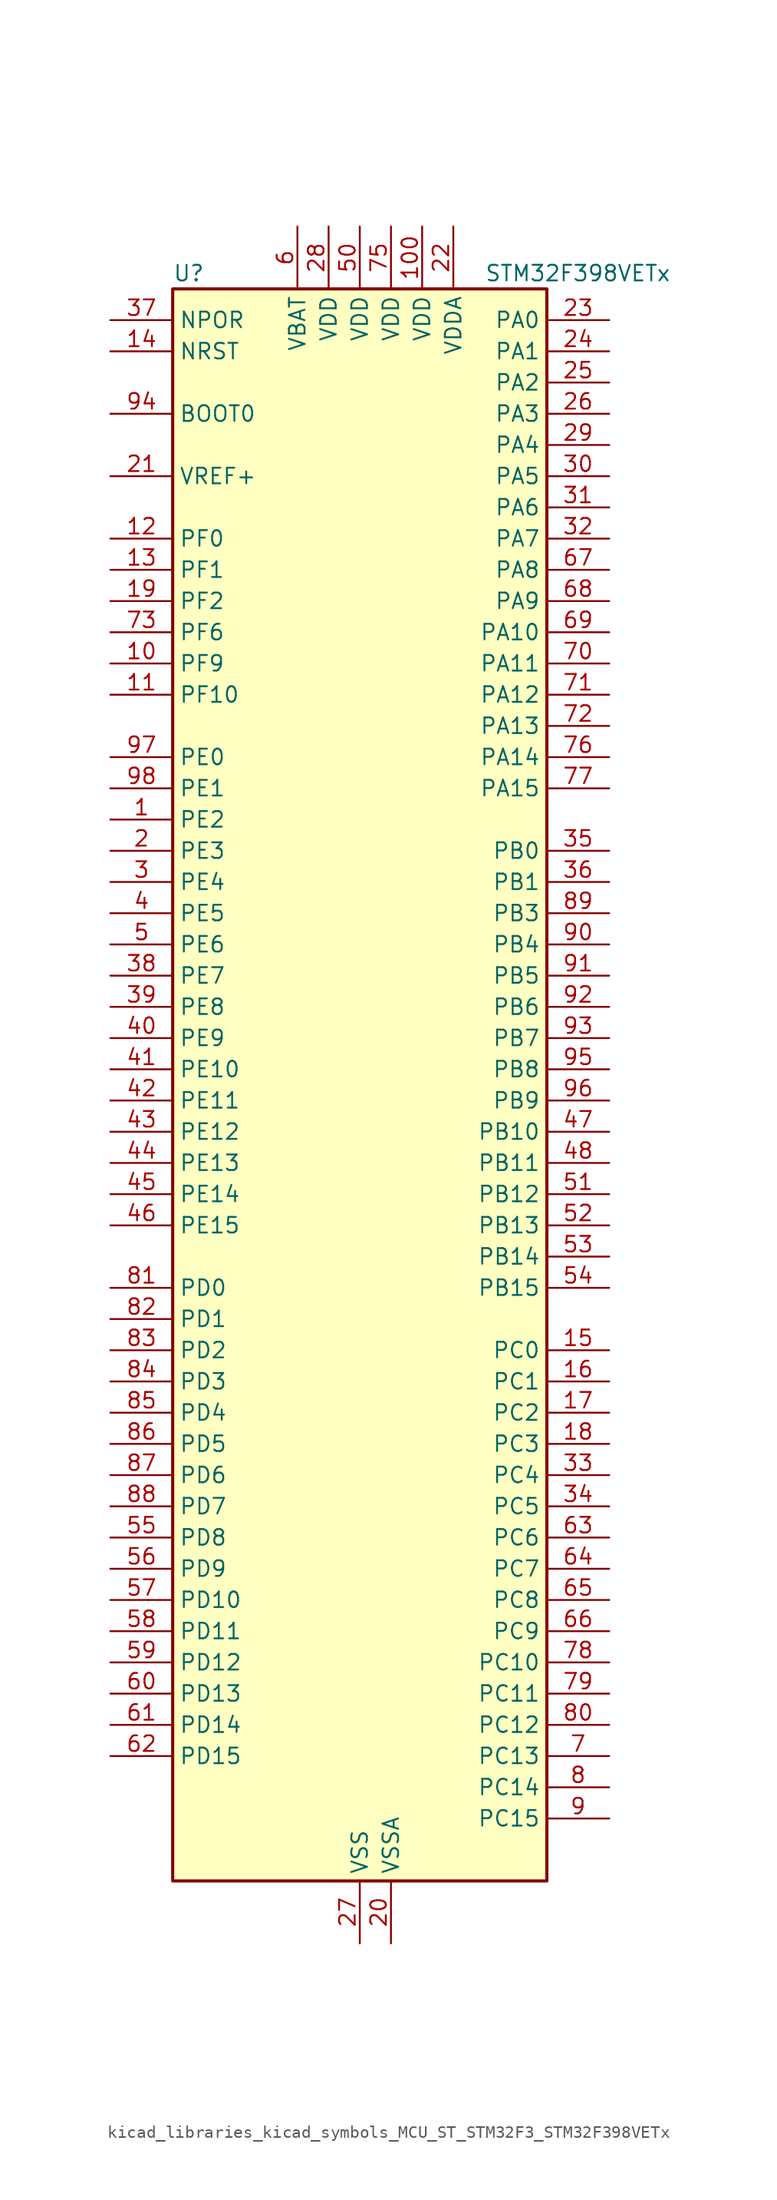
<source format=kicad_sym>
(kicad_symbol_lib
  (version 20220914)
  (generator kicad_symbol_editor)
  (symbol "kicad_libraries_kicad_symbols_MCU_ST_STM32F3_STM32F398VETx"
    (property "Reference" "U"
      (at -15.24 67.31 0)
      (effects (font (size 1.27 1.27)) (justify left)))
    (property "Value" "STM32F398VETx"
      (at 10.16 67.31 0)
      (effects (font (size 1.27 1.27)) (justify left)))
    (property "ki_locked" ""
      (at 0 0 0)
      (effects (font (size 1.27 1.27))))
    (symbol "kicad_libraries_kicad_symbols_MCU_ST_STM32F3_STM32F398VETx_0_1"
      (rectangle (start -15.24 -63.5) (end 15.24 66.04) (stroke (width 0.254) (type default)) (fill (type background))))
    (symbol "kicad_libraries_kicad_symbols_MCU_ST_STM32F3_STM32F398VETx_1_1"
      (pin bidirectional line (at -20.32 22.86 0) (length 5.08) (name "PE2" (effects (font (size 1.27 1.27)))) (number "1" (effects (font (size 1.27 1.27)))) (alternate "ADC3_EXTI2" bidirectional line) (alternate "ADC4_EXTI2" bidirectional line) (alternate "FMC_A23" bidirectional line) (alternate "SPI4_SCK" bidirectional line) (alternate "SYS_TRACECK" bidirectional line) (alternate "TIM20_CH1" bidirectional line) (alternate "TIM3_CH1" bidirectional line) (alternate "TSC_G7_IO1" bidirectional line))
      (pin bidirectional line (at -20.32 35.56 0) (length 5.08) (name "PF9" (effects (font (size 1.27 1.27)))) (number "10" (effects (font (size 1.27 1.27)))) (alternate "DAC1_EXTI9" bidirectional line) (alternate "FMC_CD" bidirectional line) (alternate "SPI2_SCK" bidirectional line) (alternate "TIM15_CH1" bidirectional line) (alternate "TIM20_BKIN" bidirectional line))
      (pin power_in line (at 5.08 71.12 270) (length 5.08) (name "VDD" (effects (font (size 1.27 1.27)))) (number "100" (effects (font (size 1.27 1.27)))))
      (pin bidirectional line (at -20.32 33.02 0) (length 5.08) (name "PF10" (effects (font (size 1.27 1.27)))) (number "11" (effects (font (size 1.27 1.27)))) (alternate "FMC_INTR" bidirectional line) (alternate "SPI2_SCK" bidirectional line) (alternate "TIM15_CH2" bidirectional line) (alternate "TIM20_BKIN2" bidirectional line))
      (pin bidirectional line (at -20.32 45.72 0) (length 5.08) (name "PF0" (effects (font (size 1.27 1.27)))) (number "12" (effects (font (size 1.27 1.27)))) (alternate "I2C2_SDA" bidirectional line) (alternate "I2S2_WS" bidirectional line) (alternate "RCC_OSC_IN" bidirectional line) (alternate "SPI2_NSS" bidirectional line) (alternate "TIM1_CH3N" bidirectional line))
      (pin bidirectional line (at -20.32 43.18 0) (length 5.08) (name "PF1" (effects (font (size 1.27 1.27)))) (number "13" (effects (font (size 1.27 1.27)))) (alternate "I2C2_SCL" bidirectional line) (alternate "I2S2_CK" bidirectional line) (alternate "RCC_OSC_OUT" bidirectional line) (alternate "SPI2_SCK" bidirectional line))
      (pin input line (at -20.32 60.96 0) (length 5.08) (name "NRST" (effects (font (size 1.27 1.27)))) (number "14" (effects (font (size 1.27 1.27)))))
      (pin bidirectional line (at 20.32 -20.32 180) (length 5.08) (name "PC0" (effects (font (size 1.27 1.27)))) (number "15" (effects (font (size 1.27 1.27)))) (alternate "ADC1_IN6" bidirectional line) (alternate "ADC2_IN6" bidirectional line) (alternate "COMP7_INM" bidirectional line) (alternate "TIM1_CH1" bidirectional line))
      (pin bidirectional line (at 20.32 -22.86 180) (length 5.08) (name "PC1" (effects (font (size 1.27 1.27)))) (number "16" (effects (font (size 1.27 1.27)))) (alternate "ADC1_IN7" bidirectional line) (alternate "ADC2_IN7" bidirectional line) (alternate "COMP7_INP" bidirectional line) (alternate "TIM1_CH2" bidirectional line))
      (pin bidirectional line (at 20.32 -25.4 180) (length 5.08) (name "PC2" (effects (font (size 1.27 1.27)))) (number "17" (effects (font (size 1.27 1.27)))) (alternate "ADC1_IN8" bidirectional line) (alternate "ADC2_IN8" bidirectional line) (alternate "ADC3_EXTI2" bidirectional line) (alternate "ADC4_EXTI2" bidirectional line) (alternate "COMP7_OUT" bidirectional line) (alternate "TIM1_CH3" bidirectional line))
      (pin bidirectional line (at 20.32 -27.94 180) (length 5.08) (name "PC3" (effects (font (size 1.27 1.27)))) (number "18" (effects (font (size 1.27 1.27)))) (alternate "ADC1_IN9" bidirectional line) (alternate "ADC2_IN9" bidirectional line) (alternate "TIM1_BKIN2" bidirectional line) (alternate "TIM1_CH4" bidirectional line))
      (pin bidirectional line (at -20.32 40.64 0) (length 5.08) (name "PF2" (effects (font (size 1.27 1.27)))) (number "19" (effects (font (size 1.27 1.27)))) (alternate "ADC1_IN10" bidirectional line) (alternate "ADC2_IN10" bidirectional line) (alternate "ADC3_EXTI2" bidirectional line) (alternate "ADC4_EXTI2" bidirectional line) (alternate "FMC_A2" bidirectional line) (alternate "TIM20_CH3" bidirectional line))
      (pin bidirectional line (at -20.32 20.32 0) (length 5.08) (name "PE3" (effects (font (size 1.27 1.27)))) (number "2" (effects (font (size 1.27 1.27)))) (alternate "FMC_A19" bidirectional line) (alternate "SPI4_NSS" bidirectional line) (alternate "SYS_TRACED0" bidirectional line) (alternate "TIM20_CH2" bidirectional line) (alternate "TIM3_CH2" bidirectional line) (alternate "TSC_G7_IO2" bidirectional line))
      (pin power_in line (at 2.54 -68.58 90) (length 5.08) (name "VSSA" (effects (font (size 1.27 1.27)))) (number "20" (effects (font (size 1.27 1.27)))))
      (pin input line (at -20.32 50.8 0) (length 5.08) (name "VREF+" (effects (font (size 1.27 1.27)))) (number "21" (effects (font (size 1.27 1.27)))))
      (pin power_in line (at 7.62 71.12 270) (length 5.08) (name "VDDA" (effects (font (size 1.27 1.27)))) (number "22" (effects (font (size 1.27 1.27)))))
      (pin bidirectional line (at 20.32 63.5 180) (length 5.08) (name "PA0" (effects (font (size 1.27 1.27)))) (number "23" (effects (font (size 1.27 1.27)))) (alternate "ADC1_IN1" bidirectional line) (alternate "COMP1_INM" bidirectional line) (alternate "COMP1_OUT" bidirectional line) (alternate "RTC_TAMP2" bidirectional line) (alternate "SYS_WKUP1" bidirectional line) (alternate "TIM2_CH1" bidirectional line) (alternate "TIM2_ETR" bidirectional line) (alternate "TIM8_BKIN" bidirectional line) (alternate "TIM8_ETR" bidirectional line) (alternate "TSC_G1_IO1" bidirectional line) (alternate "USART2_CTS" bidirectional line))
      (pin bidirectional line (at 20.32 60.96 180) (length 5.08) (name "PA1" (effects (font (size 1.27 1.27)))) (number "24" (effects (font (size 1.27 1.27)))) (alternate "ADC1_IN2" bidirectional line) (alternate "COMP1_INP" bidirectional line) (alternate "OPAMP1_VINP" bidirectional line) (alternate "OPAMP1_VINP_SEC" bidirectional line) (alternate "OPAMP3_VINP" bidirectional line) (alternate "OPAMP3_VINP_SEC" bidirectional line) (alternate "RTC_REFIN" bidirectional line) (alternate "TIM15_CH1N" bidirectional line) (alternate "TIM2_CH2" bidirectional line) (alternate "TSC_G1_IO2" bidirectional line) (alternate "USART2_DE" bidirectional line) (alternate "USART2_RTS" bidirectional line))
      (pin bidirectional line (at 20.32 58.42 180) (length 5.08) (name "PA2" (effects (font (size 1.27 1.27)))) (number "25" (effects (font (size 1.27 1.27)))) (alternate "ADC1_IN3" bidirectional line) (alternate "ADC3_EXTI2" bidirectional line) (alternate "ADC4_EXTI2" bidirectional line) (alternate "COMP2_INM" bidirectional line) (alternate "COMP2_OUT" bidirectional line) (alternate "OPAMP1_VOUT" bidirectional line) (alternate "TIM15_CH1" bidirectional line) (alternate "TIM2_CH3" bidirectional line) (alternate "TSC_G1_IO3" bidirectional line) (alternate "USART2_TX" bidirectional line))
      (pin bidirectional line (at 20.32 55.88 180) (length 5.08) (name "PA3" (effects (font (size 1.27 1.27)))) (number "26" (effects (font (size 1.27 1.27)))) (alternate "ADC1_IN4" bidirectional line) (alternate "OPAMP1_VINM" bidirectional line) (alternate "OPAMP1_VINM_SEC" bidirectional line) (alternate "OPAMP1_VINP" bidirectional line) (alternate "OPAMP1_VINP_SEC" bidirectional line) (alternate "TIM15_CH2" bidirectional line) (alternate "TIM2_CH4" bidirectional line) (alternate "TSC_G1_IO4" bidirectional line) (alternate "USART2_RX" bidirectional line))
      (pin power_in line (at 0 -68.58 90) (length 5.08) (name "VSS" (effects (font (size 1.27 1.27)))) (number "27" (effects (font (size 1.27 1.27)))))
      (pin power_in line (at -2.54 71.12 270) (length 5.08) (name "VDD" (effects (font (size 1.27 1.27)))) (number "28" (effects (font (size 1.27 1.27)))))
      (pin bidirectional line (at 20.32 53.34 180) (length 5.08) (name "PA4" (effects (font (size 1.27 1.27)))) (number "29" (effects (font (size 1.27 1.27)))) (alternate "ADC2_IN1" bidirectional line) (alternate "COMP1_INM" bidirectional line) (alternate "COMP2_INM" bidirectional line) (alternate "COMP3_INM" bidirectional line) (alternate "COMP4_INM" bidirectional line) (alternate "COMP5_INM" bidirectional line) (alternate "COMP6_INM" bidirectional line) (alternate "COMP7_INM" bidirectional line) (alternate "DAC1_OUT1" bidirectional line) (alternate "I2S3_WS" bidirectional line) (alternate "OPAMP4_VINP" bidirectional line) (alternate "OPAMP4_VINP_SEC" bidirectional line) (alternate "SPI1_NSS" bidirectional line) (alternate "SPI3_NSS" bidirectional line) (alternate "TIM3_CH2" bidirectional line) (alternate "TSC_G2_IO1" bidirectional line) (alternate "USART2_CK" bidirectional line))
      (pin bidirectional line (at -20.32 17.78 0) (length 5.08) (name "PE4" (effects (font (size 1.27 1.27)))) (number "3" (effects (font (size 1.27 1.27)))) (alternate "FMC_A20" bidirectional line) (alternate "SPI4_NSS" bidirectional line) (alternate "SYS_TRACED1" bidirectional line) (alternate "TIM20_CH1N" bidirectional line) (alternate "TIM3_CH3" bidirectional line) (alternate "TSC_G7_IO3" bidirectional line))
      (pin bidirectional line (at 20.32 50.8 180) (length 5.08) (name "PA5" (effects (font (size 1.27 1.27)))) (number "30" (effects (font (size 1.27 1.27)))) (alternate "ADC2_IN2" bidirectional line) (alternate "COMP1_INM" bidirectional line) (alternate "COMP2_INM" bidirectional line) (alternate "COMP3_INM" bidirectional line) (alternate "COMP4_INM" bidirectional line) (alternate "COMP5_INM" bidirectional line) (alternate "COMP6_INM" bidirectional line) (alternate "COMP7_INM" bidirectional line) (alternate "DAC1_OUT2" bidirectional line) (alternate "OPAMP1_VINP" bidirectional line) (alternate "OPAMP1_VINP_SEC" bidirectional line) (alternate "OPAMP2_VINM" bidirectional line) (alternate "OPAMP2_VINM_SEC" bidirectional line) (alternate "OPAMP3_VINP" bidirectional line) (alternate "OPAMP3_VINP_SEC" bidirectional line) (alternate "SPI1_SCK" bidirectional line) (alternate "TIM2_CH1" bidirectional line) (alternate "TIM2_ETR" bidirectional line) (alternate "TSC_G2_IO2" bidirectional line))
      (pin bidirectional line (at 20.32 48.26 180) (length 5.08) (name "PA6" (effects (font (size 1.27 1.27)))) (number "31" (effects (font (size 1.27 1.27)))) (alternate "ADC2_IN3" bidirectional line) (alternate "COMP1_OUT" bidirectional line) (alternate "OPAMP2_VOUT" bidirectional line) (alternate "SPI1_MISO" bidirectional line) (alternate "TIM16_CH1" bidirectional line) (alternate "TIM1_BKIN" bidirectional line) (alternate "TIM3_CH1" bidirectional line) (alternate "TIM8_BKIN" bidirectional line) (alternate "TSC_G2_IO3" bidirectional line))
      (pin bidirectional line (at 20.32 45.72 180) (length 5.08) (name "PA7" (effects (font (size 1.27 1.27)))) (number "32" (effects (font (size 1.27 1.27)))) (alternate "ADC2_IN4" bidirectional line) (alternate "COMP2_INP" bidirectional line) (alternate "OPAMP1_VINP" bidirectional line) (alternate "OPAMP1_VINP_SEC" bidirectional line) (alternate "OPAMP2_VINP" bidirectional line) (alternate "OPAMP2_VINP_SEC" bidirectional line) (alternate "SPI1_MOSI" bidirectional line) (alternate "TIM17_CH1" bidirectional line) (alternate "TIM1_CH1N" bidirectional line) (alternate "TIM3_CH2" bidirectional line) (alternate "TIM8_CH1N" bidirectional line) (alternate "TSC_G2_IO4" bidirectional line))
      (pin bidirectional line (at 20.32 -30.48 180) (length 5.08) (name "PC4" (effects (font (size 1.27 1.27)))) (number "33" (effects (font (size 1.27 1.27)))) (alternate "ADC2_IN5" bidirectional line) (alternate "TIM1_ETR" bidirectional line) (alternate "USART1_TX" bidirectional line))
      (pin bidirectional line (at 20.32 -33.02 180) (length 5.08) (name "PC5" (effects (font (size 1.27 1.27)))) (number "34" (effects (font (size 1.27 1.27)))) (alternate "ADC2_IN11" bidirectional line) (alternate "OPAMP1_VINM" bidirectional line) (alternate "OPAMP1_VINM_SEC" bidirectional line) (alternate "OPAMP2_VINM" bidirectional line) (alternate "OPAMP2_VINM_SEC" bidirectional line) (alternate "TIM15_BKIN" bidirectional line) (alternate "TSC_G3_IO1" bidirectional line) (alternate "USART1_RX" bidirectional line))
      (pin bidirectional line (at 20.32 20.32 180) (length 5.08) (name "PB0" (effects (font (size 1.27 1.27)))) (number "35" (effects (font (size 1.27 1.27)))) (alternate "ADC3_IN12" bidirectional line) (alternate "COMP4_INP" bidirectional line) (alternate "OPAMP2_VINP" bidirectional line) (alternate "OPAMP2_VINP_SEC" bidirectional line) (alternate "OPAMP3_VINP" bidirectional line) (alternate "OPAMP3_VINP_SEC" bidirectional line) (alternate "TIM1_CH2N" bidirectional line) (alternate "TIM3_CH3" bidirectional line) (alternate "TIM8_CH2N" bidirectional line) (alternate "TSC_G3_IO2" bidirectional line))
      (pin bidirectional line (at 20.32 17.78 180) (length 5.08) (name "PB1" (effects (font (size 1.27 1.27)))) (number "36" (effects (font (size 1.27 1.27)))) (alternate "ADC3_IN1" bidirectional line) (alternate "COMP4_OUT" bidirectional line) (alternate "OPAMP3_VOUT" bidirectional line) (alternate "TIM1_CH3N" bidirectional line) (alternate "TIM3_CH4" bidirectional line) (alternate "TIM8_CH3N" bidirectional line) (alternate "TSC_G3_IO3" bidirectional line))
      (pin input line (at -20.32 63.5 0) (length 5.08) (name "NPOR" (effects (font (size 1.27 1.27)))) (number "37" (effects (font (size 1.27 1.27)))))
      (pin bidirectional line (at -20.32 10.16 0) (length 5.08) (name "PE7" (effects (font (size 1.27 1.27)))) (number "38" (effects (font (size 1.27 1.27)))) (alternate "ADC3_IN13" bidirectional line) (alternate "FMC_D4" bidirectional line) (alternate "FMC_DA4" bidirectional line) (alternate "TIM1_ETR" bidirectional line))
      (pin bidirectional line (at -20.32 7.62 0) (length 5.08) (name "PE8" (effects (font (size 1.27 1.27)))) (number "39" (effects (font (size 1.27 1.27)))) (alternate "ADC3_IN6" bidirectional line) (alternate "ADC4_IN6" bidirectional line) (alternate "COMP4_INM" bidirectional line) (alternate "FMC_D5" bidirectional line) (alternate "FMC_DA5" bidirectional line) (alternate "TIM1_CH1N" bidirectional line))
      (pin bidirectional line (at -20.32 15.24 0) (length 5.08) (name "PE5" (effects (font (size 1.27 1.27)))) (number "4" (effects (font (size 1.27 1.27)))) (alternate "FMC_A21" bidirectional line) (alternate "SPI4_MISO" bidirectional line) (alternate "SYS_TRACED2" bidirectional line) (alternate "TIM20_CH2N" bidirectional line) (alternate "TIM3_CH4" bidirectional line) (alternate "TSC_G7_IO4" bidirectional line))
      (pin bidirectional line (at -20.32 5.08 0) (length 5.08) (name "PE9" (effects (font (size 1.27 1.27)))) (number "40" (effects (font (size 1.27 1.27)))) (alternate "ADC3_IN2" bidirectional line) (alternate "DAC1_EXTI9" bidirectional line) (alternate "FMC_D6" bidirectional line) (alternate "FMC_DA6" bidirectional line) (alternate "TIM1_CH1" bidirectional line))
      (pin bidirectional line (at -20.32 2.54 0) (length 5.08) (name "PE10" (effects (font (size 1.27 1.27)))) (number "41" (effects (font (size 1.27 1.27)))) (alternate "ADC3_IN14" bidirectional line) (alternate "FMC_D7" bidirectional line) (alternate "FMC_DA7" bidirectional line) (alternate "TIM1_CH2N" bidirectional line))
      (pin bidirectional line (at -20.32 0 0) (length 5.08) (name "PE11" (effects (font (size 1.27 1.27)))) (number "42" (effects (font (size 1.27 1.27)))) (alternate "ADC1_EXTI11" bidirectional line) (alternate "ADC2_EXTI11" bidirectional line) (alternate "ADC3_IN15" bidirectional line) (alternate "FMC_D8" bidirectional line) (alternate "FMC_DA8" bidirectional line) (alternate "SPI4_NSS" bidirectional line) (alternate "TIM1_CH2" bidirectional line))
      (pin bidirectional line (at -20.32 -2.54 0) (length 5.08) (name "PE12" (effects (font (size 1.27 1.27)))) (number "43" (effects (font (size 1.27 1.27)))) (alternate "ADC3_IN16" bidirectional line) (alternate "FMC_D9" bidirectional line) (alternate "FMC_DA9" bidirectional line) (alternate "SPI4_SCK" bidirectional line) (alternate "TIM1_CH3N" bidirectional line))
      (pin bidirectional line (at -20.32 -5.08 0) (length 5.08) (name "PE13" (effects (font (size 1.27 1.27)))) (number "44" (effects (font (size 1.27 1.27)))) (alternate "ADC3_IN3" bidirectional line) (alternate "FMC_D10" bidirectional line) (alternate "FMC_DA10" bidirectional line) (alternate "SPI4_MISO" bidirectional line) (alternate "TIM1_CH3" bidirectional line))
      (pin bidirectional line (at -20.32 -7.62 0) (length 5.08) (name "PE14" (effects (font (size 1.27 1.27)))) (number "45" (effects (font (size 1.27 1.27)))) (alternate "ADC4_IN1" bidirectional line) (alternate "FMC_D11" bidirectional line) (alternate "FMC_DA11" bidirectional line) (alternate "SPI4_MOSI" bidirectional line) (alternate "TIM1_BKIN2" bidirectional line) (alternate "TIM1_CH4" bidirectional line))
      (pin bidirectional line (at -20.32 -10.16 0) (length 5.08) (name "PE15" (effects (font (size 1.27 1.27)))) (number "46" (effects (font (size 1.27 1.27)))) (alternate "ADC1_EXTI15" bidirectional line) (alternate "ADC2_EXTI15" bidirectional line) (alternate "ADC3_EXTI15" bidirectional line) (alternate "ADC4_EXTI15" bidirectional line) (alternate "ADC4_IN2" bidirectional line) (alternate "FMC_D12" bidirectional line) (alternate "FMC_DA12" bidirectional line) (alternate "TIM1_BKIN" bidirectional line) (alternate "USART3_RX" bidirectional line))
      (pin bidirectional line (at 20.32 -2.54 180) (length 5.08) (name "PB10" (effects (font (size 1.27 1.27)))) (number "47" (effects (font (size 1.27 1.27)))) (alternate "COMP5_INM" bidirectional line) (alternate "OPAMP3_VINM" bidirectional line) (alternate "OPAMP3_VINM_SEC" bidirectional line) (alternate "OPAMP4_VINM" bidirectional line) (alternate "OPAMP4_VINM_SEC" bidirectional line) (alternate "TIM2_CH3" bidirectional line) (alternate "TSC_SYNC" bidirectional line) (alternate "USART3_TX" bidirectional line))
      (pin bidirectional line (at 20.32 -5.08 180) (length 5.08) (name "PB11" (effects (font (size 1.27 1.27)))) (number "48" (effects (font (size 1.27 1.27)))) (alternate "ADC1_EXTI11" bidirectional line) (alternate "ADC1_IN14" bidirectional line) (alternate "ADC2_EXTI11" bidirectional line) (alternate "ADC2_IN14" bidirectional line) (alternate "COMP6_INP" bidirectional line) (alternate "OPAMP4_VINP" bidirectional line) (alternate "OPAMP4_VINP_SEC" bidirectional line) (alternate "TIM2_CH4" bidirectional line) (alternate "TSC_G6_IO1" bidirectional line) (alternate "USART3_RX" bidirectional line))
      (pin passive line (at 0 -68.58 90) (length 5.08) hide (name "VSS" (effects (font (size 1.27 1.27)))) (number "49" (effects (font (size 1.27 1.27)))))
      (pin bidirectional line (at -20.32 12.7 0) (length 5.08) (name "PE6" (effects (font (size 1.27 1.27)))) (number "5" (effects (font (size 1.27 1.27)))) (alternate "FMC_A22" bidirectional line) (alternate "RTC_TAMP3" bidirectional line) (alternate "SPI4_MOSI" bidirectional line) (alternate "SYS_TRACED3" bidirectional line) (alternate "SYS_WKUP3" bidirectional line) (alternate "TIM20_CH3N" bidirectional line))
      (pin power_in line (at 0 71.12 270) (length 5.08) (name "VDD" (effects (font (size 1.27 1.27)))) (number "50" (effects (font (size 1.27 1.27)))))
      (pin bidirectional line (at 20.32 -7.62 180) (length 5.08) (name "PB12" (effects (font (size 1.27 1.27)))) (number "51" (effects (font (size 1.27 1.27)))) (alternate "ADC4_IN3" bidirectional line) (alternate "COMP3_INM" bidirectional line) (alternate "I2C2_SMBA" bidirectional line) (alternate "I2S2_WS" bidirectional line) (alternate "OPAMP4_VOUT" bidirectional line) (alternate "SPI2_NSS" bidirectional line) (alternate "TIM1_BKIN" bidirectional line) (alternate "TSC_G6_IO2" bidirectional line) (alternate "USART3_CK" bidirectional line))
      (pin bidirectional line (at 20.32 -10.16 180) (length 5.08) (name "PB13" (effects (font (size 1.27 1.27)))) (number "52" (effects (font (size 1.27 1.27)))) (alternate "ADC3_IN5" bidirectional line) (alternate "COMP5_INP" bidirectional line) (alternate "I2S2_CK" bidirectional line) (alternate "OPAMP3_VINP" bidirectional line) (alternate "OPAMP3_VINP_SEC" bidirectional line) (alternate "OPAMP4_VINP" bidirectional line) (alternate "OPAMP4_VINP_SEC" bidirectional line) (alternate "SPI2_SCK" bidirectional line) (alternate "TIM1_CH1N" bidirectional line) (alternate "TSC_G6_IO3" bidirectional line) (alternate "USART3_CTS" bidirectional line))
      (pin bidirectional line (at 20.32 -12.7 180) (length 5.08) (name "PB14" (effects (font (size 1.27 1.27)))) (number "53" (effects (font (size 1.27 1.27)))) (alternate "ADC4_IN4" bidirectional line) (alternate "COMP3_INP" bidirectional line) (alternate "I2S2_ext_SD" bidirectional line) (alternate "OPAMP2_VINP" bidirectional line) (alternate "OPAMP2_VINP_SEC" bidirectional line) (alternate "SPI2_MISO" bidirectional line) (alternate "TIM15_CH1" bidirectional line) (alternate "TIM1_CH2N" bidirectional line) (alternate "TSC_G6_IO4" bidirectional line) (alternate "USART3_DE" bidirectional line) (alternate "USART3_RTS" bidirectional line))
      (pin bidirectional line (at 20.32 -15.24 180) (length 5.08) (name "PB15" (effects (font (size 1.27 1.27)))) (number "54" (effects (font (size 1.27 1.27)))) (alternate "ADC1_EXTI15" bidirectional line) (alternate "ADC2_EXTI15" bidirectional line) (alternate "ADC3_EXTI15" bidirectional line) (alternate "ADC4_EXTI15" bidirectional line) (alternate "ADC4_IN5" bidirectional line) (alternate "COMP6_INM" bidirectional line) (alternate "I2S2_SD" bidirectional line) (alternate "RTC_REFIN" bidirectional line) (alternate "SPI2_MOSI" bidirectional line) (alternate "TIM15_CH1N" bidirectional line) (alternate "TIM15_CH2" bidirectional line) (alternate "TIM1_CH3N" bidirectional line))
      (pin bidirectional line (at -20.32 -35.56 0) (length 5.08) (name "PD8" (effects (font (size 1.27 1.27)))) (number "55" (effects (font (size 1.27 1.27)))) (alternate "ADC4_IN12" bidirectional line) (alternate "FMC_D13" bidirectional line) (alternate "FMC_DA13" bidirectional line) (alternate "OPAMP4_VINM" bidirectional line) (alternate "OPAMP4_VINM_SEC" bidirectional line) (alternate "USART3_TX" bidirectional line))
      (pin bidirectional line (at -20.32 -38.1 0) (length 5.08) (name "PD9" (effects (font (size 1.27 1.27)))) (number "56" (effects (font (size 1.27 1.27)))) (alternate "ADC4_IN13" bidirectional line) (alternate "DAC1_EXTI9" bidirectional line) (alternate "FMC_D14" bidirectional line) (alternate "FMC_DA14" bidirectional line) (alternate "USART3_RX" bidirectional line))
      (pin bidirectional line (at -20.32 -40.64 0) (length 5.08) (name "PD10" (effects (font (size 1.27 1.27)))) (number "57" (effects (font (size 1.27 1.27)))) (alternate "ADC3_IN7" bidirectional line) (alternate "ADC4_IN7" bidirectional line) (alternate "COMP6_INM" bidirectional line) (alternate "FMC_D15" bidirectional line) (alternate "FMC_DA15" bidirectional line) (alternate "USART3_CK" bidirectional line))
      (pin bidirectional line (at -20.32 -43.18 0) (length 5.08) (name "PD11" (effects (font (size 1.27 1.27)))) (number "58" (effects (font (size 1.27 1.27)))) (alternate "ADC1_EXTI11" bidirectional line) (alternate "ADC2_EXTI11" bidirectional line) (alternate "ADC3_IN8" bidirectional line) (alternate "ADC4_IN8" bidirectional line) (alternate "FMC_A16" bidirectional line) (alternate "FMC_CLE" bidirectional line) (alternate "OPAMP4_VINP" bidirectional line) (alternate "OPAMP4_VINP_SEC" bidirectional line) (alternate "USART3_CTS" bidirectional line))
      (pin bidirectional line (at -20.32 -45.72 0) (length 5.08) (name "PD12" (effects (font (size 1.27 1.27)))) (number "59" (effects (font (size 1.27 1.27)))) (alternate "ADC3_IN9" bidirectional line) (alternate "ADC4_IN9" bidirectional line) (alternate "FMC_A17" bidirectional line) (alternate "FMC_ALE" bidirectional line) (alternate "TIM4_CH1" bidirectional line) (alternate "TSC_G8_IO1" bidirectional line) (alternate "USART3_DE" bidirectional line) (alternate "USART3_RTS" bidirectional line))
      (pin power_in line (at -5.08 71.12 270) (length 5.08) (name "VBAT" (effects (font (size 1.27 1.27)))) (number "6" (effects (font (size 1.27 1.27)))))
      (pin bidirectional line (at -20.32 -48.26 0) (length 5.08) (name "PD13" (effects (font (size 1.27 1.27)))) (number "60" (effects (font (size 1.27 1.27)))) (alternate "ADC3_IN10" bidirectional line) (alternate "ADC4_IN10" bidirectional line) (alternate "COMP5_INM" bidirectional line) (alternate "FMC_A18" bidirectional line) (alternate "TIM4_CH2" bidirectional line) (alternate "TSC_G8_IO2" bidirectional line))
      (pin bidirectional line (at -20.32 -50.8 0) (length 5.08) (name "PD14" (effects (font (size 1.27 1.27)))) (number "61" (effects (font (size 1.27 1.27)))) (alternate "ADC3_IN11" bidirectional line) (alternate "ADC4_IN11" bidirectional line) (alternate "FMC_D0" bidirectional line) (alternate "FMC_DA0" bidirectional line) (alternate "OPAMP2_VINP" bidirectional line) (alternate "OPAMP2_VINP_SEC" bidirectional line) (alternate "TIM4_CH3" bidirectional line) (alternate "TSC_G8_IO3" bidirectional line))
      (pin bidirectional line (at -20.32 -53.34 0) (length 5.08) (name "PD15" (effects (font (size 1.27 1.27)))) (number "62" (effects (font (size 1.27 1.27)))) (alternate "ADC1_EXTI15" bidirectional line) (alternate "ADC2_EXTI15" bidirectional line) (alternate "ADC3_EXTI15" bidirectional line) (alternate "ADC4_EXTI15" bidirectional line) (alternate "COMP3_INM" bidirectional line) (alternate "FMC_D1" bidirectional line) (alternate "FMC_DA1" bidirectional line) (alternate "SPI2_NSS" bidirectional line) (alternate "TIM4_CH4" bidirectional line) (alternate "TSC_G8_IO4" bidirectional line))
      (pin bidirectional line (at 20.32 -35.56 180) (length 5.08) (name "PC6" (effects (font (size 1.27 1.27)))) (number "63" (effects (font (size 1.27 1.27)))) (alternate "COMP6_OUT" bidirectional line) (alternate "I2S2_MCK" bidirectional line) (alternate "TIM3_CH1" bidirectional line) (alternate "TIM8_CH1" bidirectional line))
      (pin bidirectional line (at 20.32 -38.1 180) (length 5.08) (name "PC7" (effects (font (size 1.27 1.27)))) (number "64" (effects (font (size 1.27 1.27)))) (alternate "COMP5_OUT" bidirectional line) (alternate "I2S3_MCK" bidirectional line) (alternate "TIM3_CH2" bidirectional line) (alternate "TIM8_CH2" bidirectional line))
      (pin bidirectional line (at 20.32 -40.64 180) (length 5.08) (name "PC8" (effects (font (size 1.27 1.27)))) (number "65" (effects (font (size 1.27 1.27)))) (alternate "COMP3_OUT" bidirectional line) (alternate "TIM3_CH3" bidirectional line) (alternate "TIM8_CH3" bidirectional line))
      (pin bidirectional line (at 20.32 -43.18 180) (length 5.08) (name "PC9" (effects (font (size 1.27 1.27)))) (number "66" (effects (font (size 1.27 1.27)))) (alternate "DAC1_EXTI9" bidirectional line) (alternate "I2C3_SDA" bidirectional line) (alternate "I2S_CKIN" bidirectional line) (alternate "TIM3_CH4" bidirectional line) (alternate "TIM8_BKIN2" bidirectional line) (alternate "TIM8_CH4" bidirectional line))
      (pin bidirectional line (at 20.32 43.18 180) (length 5.08) (name "PA8" (effects (font (size 1.27 1.27)))) (number "67" (effects (font (size 1.27 1.27)))) (alternate "COMP3_OUT" bidirectional line) (alternate "I2C2_SMBA" bidirectional line) (alternate "I2C3_SCL" bidirectional line) (alternate "I2S2_MCK" bidirectional line) (alternate "RCC_MCO" bidirectional line) (alternate "TIM1_CH1" bidirectional line) (alternate "TIM4_ETR" bidirectional line) (alternate "USART1_CK" bidirectional line))
      (pin bidirectional line (at 20.32 40.64 180) (length 5.08) (name "PA9" (effects (font (size 1.27 1.27)))) (number "68" (effects (font (size 1.27 1.27)))) (alternate "COMP5_OUT" bidirectional line) (alternate "DAC1_EXTI9" bidirectional line) (alternate "I2C2_SCL" bidirectional line) (alternate "I2C3_SMBA" bidirectional line) (alternate "I2S3_MCK" bidirectional line) (alternate "TIM15_BKIN" bidirectional line) (alternate "TIM1_CH2" bidirectional line) (alternate "TIM2_CH3" bidirectional line) (alternate "TSC_G4_IO1" bidirectional line) (alternate "USART1_TX" bidirectional line))
      (pin bidirectional line (at 20.32 38.1 180) (length 5.08) (name "PA10" (effects (font (size 1.27 1.27)))) (number "69" (effects (font (size 1.27 1.27)))) (alternate "COMP6_OUT" bidirectional line) (alternate "I2C2_SDA" bidirectional line) (alternate "I2S2_ext_SD" bidirectional line) (alternate "SPI2_MISO" bidirectional line) (alternate "TIM17_BKIN" bidirectional line) (alternate "TIM1_CH3" bidirectional line) (alternate "TIM2_CH4" bidirectional line) (alternate "TIM8_BKIN" bidirectional line) (alternate "TSC_G4_IO2" bidirectional line) (alternate "USART1_RX" bidirectional line))
      (pin bidirectional line (at 20.32 -53.34 180) (length 5.08) (name "PC13" (effects (font (size 1.27 1.27)))) (number "7" (effects (font (size 1.27 1.27)))) (alternate "RTC_OUT_ALARM" bidirectional line) (alternate "RTC_OUT_CALIB" bidirectional line) (alternate "RTC_TAMP1" bidirectional line) (alternate "RTC_TS" bidirectional line) (alternate "SYS_WKUP2" bidirectional line) (alternate "TIM1_CH1N" bidirectional line))
      (pin bidirectional line (at 20.32 35.56 180) (length 5.08) (name "PA11" (effects (font (size 1.27 1.27)))) (number "70" (effects (font (size 1.27 1.27)))) (alternate "ADC1_EXTI11" bidirectional line) (alternate "ADC2_EXTI11" bidirectional line) (alternate "CAN_RX" bidirectional line) (alternate "COMP1_OUT" bidirectional line) (alternate "I2S2_SD" bidirectional line) (alternate "SPI2_MOSI" bidirectional line) (alternate "TIM1_BKIN2" bidirectional line) (alternate "TIM1_CH1N" bidirectional line) (alternate "TIM1_CH4" bidirectional line) (alternate "TIM4_CH1" bidirectional line) (alternate "USART1_CTS" bidirectional line))
      (pin bidirectional line (at 20.32 33.02 180) (length 5.08) (name "PA12" (effects (font (size 1.27 1.27)))) (number "71" (effects (font (size 1.27 1.27)))) (alternate "CAN_TX" bidirectional line) (alternate "COMP2_OUT" bidirectional line) (alternate "I2S_CKIN" bidirectional line) (alternate "TIM16_CH1" bidirectional line) (alternate "TIM1_CH2N" bidirectional line) (alternate "TIM1_ETR" bidirectional line) (alternate "TIM4_CH2" bidirectional line) (alternate "USART1_DE" bidirectional line) (alternate "USART1_RTS" bidirectional line))
      (pin bidirectional line (at 20.32 30.48 180) (length 5.08) (name "PA13" (effects (font (size 1.27 1.27)))) (number "72" (effects (font (size 1.27 1.27)))) (alternate "IR_OUT" bidirectional line) (alternate "SYS_JTMS-SWDIO" bidirectional line) (alternate "TIM16_CH1N" bidirectional line) (alternate "TIM4_CH3" bidirectional line) (alternate "TSC_G4_IO3" bidirectional line) (alternate "USART3_CTS" bidirectional line))
      (pin bidirectional line (at -20.32 38.1 0) (length 5.08) (name "PF6" (effects (font (size 1.27 1.27)))) (number "73" (effects (font (size 1.27 1.27)))) (alternate "FMC_NIORD" bidirectional line) (alternate "I2C2_SCL" bidirectional line) (alternate "TIM4_CH4" bidirectional line) (alternate "USART3_DE" bidirectional line) (alternate "USART3_RTS" bidirectional line))
      (pin passive line (at 0 -68.58 90) (length 5.08) hide (name "VSS" (effects (font (size 1.27 1.27)))) (number "74" (effects (font (size 1.27 1.27)))))
      (pin power_in line (at 2.54 71.12 270) (length 5.08) (name "VDD" (effects (font (size 1.27 1.27)))) (number "75" (effects (font (size 1.27 1.27)))))
      (pin bidirectional line (at 20.32 27.94 180) (length 5.08) (name "PA14" (effects (font (size 1.27 1.27)))) (number "76" (effects (font (size 1.27 1.27)))) (alternate "I2C1_SDA" bidirectional line) (alternate "SYS_JTCK-SWCLK" bidirectional line) (alternate "TIM1_BKIN" bidirectional line) (alternate "TIM8_CH2" bidirectional line) (alternate "TSC_G4_IO4" bidirectional line) (alternate "USART2_TX" bidirectional line))
      (pin bidirectional line (at 20.32 25.4 180) (length 5.08) (name "PA15" (effects (font (size 1.27 1.27)))) (number "77" (effects (font (size 1.27 1.27)))) (alternate "ADC1_EXTI15" bidirectional line) (alternate "ADC2_EXTI15" bidirectional line) (alternate "ADC3_EXTI15" bidirectional line) (alternate "ADC4_EXTI15" bidirectional line) (alternate "I2C1_SCL" bidirectional line) (alternate "I2S3_WS" bidirectional line) (alternate "SPI1_NSS" bidirectional line) (alternate "SPI3_NSS" bidirectional line) (alternate "SYS_JTDI" bidirectional line) (alternate "TIM1_BKIN" bidirectional line) (alternate "TIM2_CH1" bidirectional line) (alternate "TIM2_ETR" bidirectional line) (alternate "TIM8_CH1" bidirectional line) (alternate "TSC_SYNC" bidirectional line) (alternate "USART2_RX" bidirectional line))
      (pin bidirectional line (at 20.32 -45.72 180) (length 5.08) (name "PC10" (effects (font (size 1.27 1.27)))) (number "78" (effects (font (size 1.27 1.27)))) (alternate "I2S3_CK" bidirectional line) (alternate "SPI3_SCK" bidirectional line) (alternate "TIM8_CH1N" bidirectional line) (alternate "UART4_TX" bidirectional line) (alternate "USART3_TX" bidirectional line))
      (pin bidirectional line (at 20.32 -48.26 180) (length 5.08) (name "PC11" (effects (font (size 1.27 1.27)))) (number "79" (effects (font (size 1.27 1.27)))) (alternate "ADC1_EXTI11" bidirectional line) (alternate "ADC2_EXTI11" bidirectional line) (alternate "I2S3_ext_SD" bidirectional line) (alternate "SPI3_MISO" bidirectional line) (alternate "TIM8_CH2N" bidirectional line) (alternate "UART4_RX" bidirectional line) (alternate "USART3_RX" bidirectional line))
      (pin bidirectional line (at 20.32 -55.88 180) (length 5.08) (name "PC14" (effects (font (size 1.27 1.27)))) (number "8" (effects (font (size 1.27 1.27)))) (alternate "RCC_OSC32_IN" bidirectional line))
      (pin bidirectional line (at 20.32 -50.8 180) (length 5.08) (name "PC12" (effects (font (size 1.27 1.27)))) (number "80" (effects (font (size 1.27 1.27)))) (alternate "I2S3_SD" bidirectional line) (alternate "SPI3_MOSI" bidirectional line) (alternate "TIM8_CH3N" bidirectional line) (alternate "UART5_TX" bidirectional line) (alternate "USART3_CK" bidirectional line))
      (pin bidirectional line (at -20.32 -15.24 0) (length 5.08) (name "PD0" (effects (font (size 1.27 1.27)))) (number "81" (effects (font (size 1.27 1.27)))) (alternate "CAN_RX" bidirectional line) (alternate "FMC_D2" bidirectional line) (alternate "FMC_DA2" bidirectional line))
      (pin bidirectional line (at -20.32 -17.78 0) (length 5.08) (name "PD1" (effects (font (size 1.27 1.27)))) (number "82" (effects (font (size 1.27 1.27)))) (alternate "CAN_TX" bidirectional line) (alternate "FMC_D3" bidirectional line) (alternate "FMC_DA3" bidirectional line) (alternate "TIM8_BKIN2" bidirectional line) (alternate "TIM8_CH4" bidirectional line))
      (pin bidirectional line (at -20.32 -20.32 0) (length 5.08) (name "PD2" (effects (font (size 1.27 1.27)))) (number "83" (effects (font (size 1.27 1.27)))) (alternate "ADC3_EXTI2" bidirectional line) (alternate "ADC4_EXTI2" bidirectional line) (alternate "TIM3_ETR" bidirectional line) (alternate "TIM8_BKIN" bidirectional line) (alternate "UART5_RX" bidirectional line))
      (pin bidirectional line (at -20.32 -22.86 0) (length 5.08) (name "PD3" (effects (font (size 1.27 1.27)))) (number "84" (effects (font (size 1.27 1.27)))) (alternate "FMC_CLK" bidirectional line) (alternate "TIM2_CH1" bidirectional line) (alternate "TIM2_ETR" bidirectional line) (alternate "USART2_CTS" bidirectional line))
      (pin bidirectional line (at -20.32 -25.4 0) (length 5.08) (name "PD4" (effects (font (size 1.27 1.27)))) (number "85" (effects (font (size 1.27 1.27)))) (alternate "FMC_NOE" bidirectional line) (alternate "TIM2_CH2" bidirectional line) (alternate "USART2_DE" bidirectional line) (alternate "USART2_RTS" bidirectional line))
      (pin bidirectional line (at -20.32 -27.94 0) (length 5.08) (name "PD5" (effects (font (size 1.27 1.27)))) (number "86" (effects (font (size 1.27 1.27)))) (alternate "FMC_NWE" bidirectional line) (alternate "USART2_TX" bidirectional line))
      (pin bidirectional line (at -20.32 -30.48 0) (length 5.08) (name "PD6" (effects (font (size 1.27 1.27)))) (number "87" (effects (font (size 1.27 1.27)))) (alternate "FMC_NWAIT" bidirectional line) (alternate "TIM2_CH4" bidirectional line) (alternate "USART2_RX" bidirectional line))
      (pin bidirectional line (at -20.32 -33.02 0) (length 5.08) (name "PD7" (effects (font (size 1.27 1.27)))) (number "88" (effects (font (size 1.27 1.27)))) (alternate "FMC_NCE2" bidirectional line) (alternate "FMC_NE1" bidirectional line) (alternate "TIM2_CH3" bidirectional line) (alternate "USART2_CK" bidirectional line))
      (pin bidirectional line (at 20.32 15.24 180) (length 5.08) (name "PB3" (effects (font (size 1.27 1.27)))) (number "89" (effects (font (size 1.27 1.27)))) (alternate "I2S3_CK" bidirectional line) (alternate "SPI1_SCK" bidirectional line) (alternate "SPI3_SCK" bidirectional line) (alternate "SYS_JTDO-TRACESWO" bidirectional line) (alternate "TIM2_CH2" bidirectional line) (alternate "TIM3_ETR" bidirectional line) (alternate "TIM4_ETR" bidirectional line) (alternate "TIM8_CH1N" bidirectional line) (alternate "TSC_G5_IO1" bidirectional line) (alternate "USART2_TX" bidirectional line))
      (pin bidirectional line (at 20.32 -58.42 180) (length 5.08) (name "PC15" (effects (font (size 1.27 1.27)))) (number "9" (effects (font (size 1.27 1.27)))) (alternate "ADC1_EXTI15" bidirectional line) (alternate "ADC2_EXTI15" bidirectional line) (alternate "ADC3_EXTI15" bidirectional line) (alternate "ADC4_EXTI15" bidirectional line) (alternate "RCC_OSC32_OUT" bidirectional line))
      (pin bidirectional line (at 20.32 12.7 180) (length 5.08) (name "PB4" (effects (font (size 1.27 1.27)))) (number "90" (effects (font (size 1.27 1.27)))) (alternate "I2S3_ext_SD" bidirectional line) (alternate "SPI1_MISO" bidirectional line) (alternate "SPI3_MISO" bidirectional line) (alternate "SYS_NJTRST" bidirectional line) (alternate "TIM16_CH1" bidirectional line) (alternate "TIM17_BKIN" bidirectional line) (alternate "TIM3_CH1" bidirectional line) (alternate "TIM8_CH2N" bidirectional line) (alternate "TSC_G5_IO2" bidirectional line) (alternate "USART2_RX" bidirectional line))
      (pin bidirectional line (at 20.32 10.16 180) (length 5.08) (name "PB5" (effects (font (size 1.27 1.27)))) (number "91" (effects (font (size 1.27 1.27)))) (alternate "I2C1_SMBA" bidirectional line) (alternate "I2C3_SDA" bidirectional line) (alternate "I2S3_SD" bidirectional line) (alternate "SPI1_MOSI" bidirectional line) (alternate "SPI3_MOSI" bidirectional line) (alternate "TIM16_BKIN" bidirectional line) (alternate "TIM17_CH1" bidirectional line) (alternate "TIM3_CH2" bidirectional line) (alternate "TIM8_CH3N" bidirectional line) (alternate "USART2_CK" bidirectional line))
      (pin bidirectional line (at 20.32 7.62 180) (length 5.08) (name "PB6" (effects (font (size 1.27 1.27)))) (number "92" (effects (font (size 1.27 1.27)))) (alternate "I2C1_SCL" bidirectional line) (alternate "TIM16_CH1N" bidirectional line) (alternate "TIM4_CH1" bidirectional line) (alternate "TIM8_BKIN2" bidirectional line) (alternate "TIM8_CH1" bidirectional line) (alternate "TIM8_ETR" bidirectional line) (alternate "TSC_G5_IO3" bidirectional line) (alternate "USART1_TX" bidirectional line))
      (pin bidirectional line (at 20.32 5.08 180) (length 5.08) (name "PB7" (effects (font (size 1.27 1.27)))) (number "93" (effects (font (size 1.27 1.27)))) (alternate "FMC_NL" bidirectional line) (alternate "I2C1_SDA" bidirectional line) (alternate "TIM17_CH1N" bidirectional line) (alternate "TIM3_CH4" bidirectional line) (alternate "TIM4_CH2" bidirectional line) (alternate "TIM8_BKIN" bidirectional line) (alternate "TSC_G5_IO4" bidirectional line) (alternate "USART1_RX" bidirectional line))
      (pin input line (at -20.32 55.88 0) (length 5.08) (name "BOOT0" (effects (font (size 1.27 1.27)))) (number "94" (effects (font (size 1.27 1.27)))))
      (pin bidirectional line (at 20.32 2.54 180) (length 5.08) (name "PB8" (effects (font (size 1.27 1.27)))) (number "95" (effects (font (size 1.27 1.27)))) (alternate "CAN_RX" bidirectional line) (alternate "COMP1_OUT" bidirectional line) (alternate "I2C1_SCL" bidirectional line) (alternate "TIM16_CH1" bidirectional line) (alternate "TIM1_BKIN" bidirectional line) (alternate "TIM4_CH3" bidirectional line) (alternate "TIM8_CH2" bidirectional line) (alternate "TSC_SYNC" bidirectional line) (alternate "USART3_RX" bidirectional line))
      (pin bidirectional line (at 20.32 0 180) (length 5.08) (name "PB9" (effects (font (size 1.27 1.27)))) (number "96" (effects (font (size 1.27 1.27)))) (alternate "CAN_TX" bidirectional line) (alternate "COMP2_OUT" bidirectional line) (alternate "DAC1_EXTI9" bidirectional line) (alternate "I2C1_SDA" bidirectional line) (alternate "IR_OUT" bidirectional line) (alternate "TIM17_CH1" bidirectional line) (alternate "TIM4_CH4" bidirectional line) (alternate "TIM8_CH3" bidirectional line) (alternate "USART3_TX" bidirectional line))
      (pin bidirectional line (at -20.32 27.94 0) (length 5.08) (name "PE0" (effects (font (size 1.27 1.27)))) (number "97" (effects (font (size 1.27 1.27)))) (alternate "FMC_NBL0" bidirectional line) (alternate "TIM16_CH1" bidirectional line) (alternate "TIM20_ETR" bidirectional line) (alternate "TIM4_ETR" bidirectional line) (alternate "USART1_TX" bidirectional line))
      (pin bidirectional line (at -20.32 25.4 0) (length 5.08) (name "PE1" (effects (font (size 1.27 1.27)))) (number "98" (effects (font (size 1.27 1.27)))) (alternate "FMC_NBL1" bidirectional line) (alternate "TIM17_CH1" bidirectional line) (alternate "TIM20_CH4" bidirectional line) (alternate "USART1_RX" bidirectional line))
      (pin passive line (at 0 -68.58 90) (length 5.08) hide (name "VSS" (effects (font (size 1.27 1.27)))) (number "99" (effects (font (size 1.27 1.27))))))))
</source>
